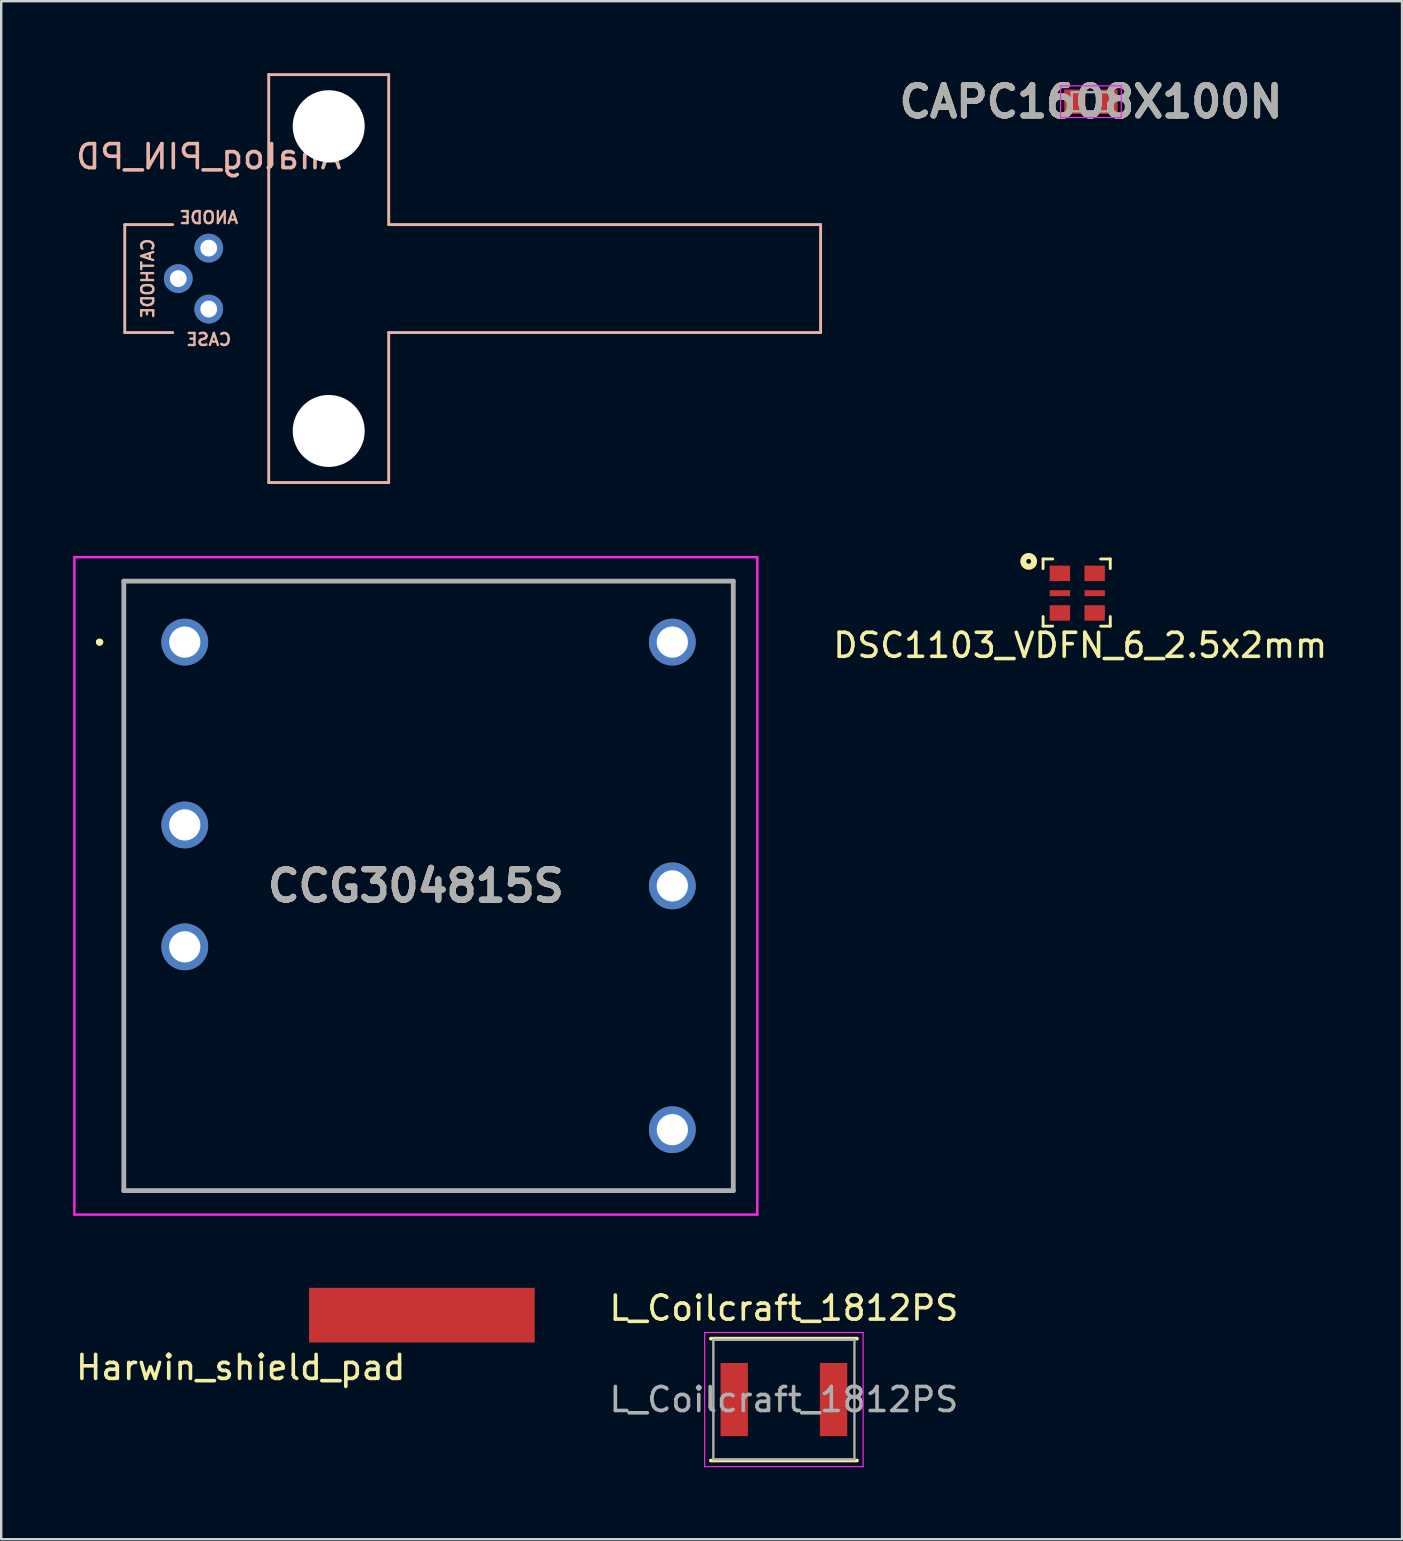
<source format=kicad_pcb>
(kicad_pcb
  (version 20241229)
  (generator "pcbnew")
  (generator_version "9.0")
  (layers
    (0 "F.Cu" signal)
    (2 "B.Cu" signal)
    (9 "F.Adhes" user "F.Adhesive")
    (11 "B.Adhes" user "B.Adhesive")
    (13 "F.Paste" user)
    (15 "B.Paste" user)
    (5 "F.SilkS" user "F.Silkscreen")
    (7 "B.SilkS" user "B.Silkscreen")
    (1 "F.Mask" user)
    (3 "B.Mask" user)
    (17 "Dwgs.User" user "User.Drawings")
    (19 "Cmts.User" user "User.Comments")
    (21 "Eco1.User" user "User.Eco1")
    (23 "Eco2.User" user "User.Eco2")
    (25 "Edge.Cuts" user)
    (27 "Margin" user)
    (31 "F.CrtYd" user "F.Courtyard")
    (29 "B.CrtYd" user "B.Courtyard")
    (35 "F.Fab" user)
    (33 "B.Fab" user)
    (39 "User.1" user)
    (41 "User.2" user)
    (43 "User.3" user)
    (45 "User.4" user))
  (footprint "L_Coilcraft_1812PS"
    (layer "F.Cu")
    (at 29.619 55.278)
    (property "Reference" "L_Coilcraft_1812PS" (at 0 -3.81 0) (layer "F.SilkS") (effects (font (size 1 1) (thickness 0.15))))
    (attr smd)
    (fp_line (start 3.048 -2.54) (end -3.048 -2.54) (stroke (width 0.15) (type solid)) (layer "F.SilkS"))
    (fp_line (start 3.048 2.54) (end -3.048 2.54) (stroke (width 0.15) (type solid)) (layer "F.SilkS"))
    (fp_line (start -3.302 -2.794) (end -3.302 2.794) (stroke (width 0.05) (type solid)) (layer "F.CrtYd"))
    (fp_line (start -3.302 2.794) (end 3.302 2.794) (stroke (width 0.05) (type solid)) (layer "F.CrtYd"))
    (fp_line (start 3.302 -2.794) (end -3.302 -2.794) (stroke (width 0.05) (type solid)) (layer "F.CrtYd"))
    (fp_line (start 3.302 2.794) (end 3.302 -2.794) (stroke (width 0.05) (type solid)) (layer "F.CrtYd"))
    (fp_line (start -2.94 -2.49) (end -2.94 2.49) (stroke (width 0.1) (type solid)) (layer "F.Fab"))
    (fp_line (start -2.94 -2.49) (end 2.94 -2.49) (stroke (width 0.1) (type solid)) (layer "F.Fab"))
    (fp_line (start -2.94 2.49) (end 2.94 2.49) (stroke (width 0.1) (type solid)) (layer "F.Fab"))
    (fp_line (start 2.94 -2.49) (end 2.94 2.49) (stroke (width 0.1) (type solid)) (layer "F.Fab"))
    (fp_text user "${REFERENCE}" (at 0 0 0) (layer "F.Fab") (effects (font (size 1 1) (thickness 0.15))))
    (pad "1" smd rect (at 2.07 0) (size 1.14 3.05) (layers "F.Cu" "F.Mask" "F.Paste"))
    (pad "2" smd rect (at -2.07 0) (size 1.14 3.05) (layers "F.Cu" "F.Mask" "F.Paste")))
  (footprint "Analog_PIN_PD"
    (layer "F.Cu")
    (at 5.649 8.56)
    (property "Reference" "Analog_PIN_PD" (at 0 -5.08 0) (unlocked yes) (layer "B.SilkS") (effects (font (size 1 1) (thickness 0.15)) (justify mirror)))
    (fp_line (start -3.5 -2.25) (end -3.5 2.25) (stroke (width 0.12) (type solid)) (layer "B.SilkS"))
    (fp_line (start -3.5 -2.25) (end -1.5 -2.25) (stroke (width 0.12) (type solid)) (layer "B.SilkS"))
    (fp_line (start -3.5 2.25) (end -1.5 2.25) (stroke (width 0.12) (type solid)) (layer "B.SilkS"))
    (fp_line (start 2.5 -8.5) (end 2.5 8.5) (stroke (width 0.12) (type solid)) (layer "B.SilkS"))
    (fp_line (start 2.5 -8.5) (end 7.5 -8.5) (stroke (width 0.12) (type solid)) (layer "B.SilkS"))
    (fp_line (start 2.5 8.5) (end 7.5 8.5) (stroke (width 0.12) (type solid)) (layer "B.SilkS"))
    (fp_line (start 7.5 -2.25) (end 7.5 -8.5) (stroke (width 0.12) (type solid)) (layer "B.SilkS"))
    (fp_line (start 7.5 -2.25) (end 25.5 -2.25) (stroke (width 0.12) (type solid)) (layer "B.SilkS"))
    (fp_line (start 7.5 2.25) (end 25.5 2.25) (stroke (width 0.12) (type solid)) (layer "B.SilkS"))
    (fp_line (start 7.5 8.5) (end 7.5 2.25) (stroke (width 0.12) (type solid)) (layer "B.SilkS"))
    (fp_line (start 25.5 -2.25) (end 25.5 2.25) (stroke (width 0.12) (type solid)) (layer "B.SilkS"))
    (fp_text user "CATHODE" (at -2.54 0 90) (unlocked yes) (layer "B.SilkS") (effects (font (size 0.5 0.5) (thickness 0.1)) (justify mirror)))
    (fp_text user "CASE" (at 0 2.54 0) (unlocked yes) (layer "B.SilkS") (effects (font (size 0.5 0.5) (thickness 0.1)) (justify mirror)))
    (fp_text user "ANODE" (at 0 -2.54 0) (unlocked yes) (layer "B.SilkS") (effects (font (size 0.5 0.5) (thickness 0.1)) (justify mirror)))
    (pad "" np_thru_hole circle (at 5 -6.35) (size 3 3) (drill 3) (layers "*.Cu" "*.Mask"))
    (pad "" np_thru_hole circle (at 5 6.35) (size 3 3) (drill 3) (layers "*.Cu" "*.Mask"))
    (pad "1" thru_hole circle (at 0 1.27) (size 1.2 1.2) (drill 0.7) (layers "*.Cu" "*.Mask"))
    (pad "2" thru_hole circle (at -1.27 0) (size 1.2 1.2) (drill 0.7) (layers "*.Cu" "*.Mask"))
    (pad "3" thru_hole circle (at 0 -1.27) (size 1.2 1.2) (drill 0.7) (layers "*.Cu" "*.Mask")))
  (footprint "DSC1103_VDFN_6_2.5x2mm"
    (layer "F.Cu")
    (at 41.121 20.845)
    (property "Reference" "DSC1103_VDFN_6_2.5x2mm" (at 0.85 3 0) (layer "F.SilkS") (effects (font (size 1 1) (thickness 0.15))))
    (attr through_hole)
    (fp_line (start -0.7 -0.6) (end -0.7 -0.2) (stroke (width 0.12) (type solid)) (layer "F.SilkS"))
    (fp_line (start -0.7 1.8) (end -0.7 2.2) (stroke (width 0.12) (type solid)) (layer "F.SilkS"))
    (fp_line (start -0.7 2.2) (end -0.3 2.2) (stroke (width 0.12) (type solid)) (layer "F.SilkS"))
    (fp_line (start -0.3 -0.6) (end -0.7 -0.6) (stroke (width 0.12) (type solid)) (layer "F.SilkS"))
    (fp_line (start 1.7 -0.6) (end 2.1 -0.6) (stroke (width 0.12) (type solid)) (layer "F.SilkS"))
    (fp_line (start 2.1 -0.6) (end 2.1 -0.2) (stroke (width 0.12) (type solid)) (layer "F.SilkS"))
    (fp_line (start 2.1 1.8) (end 2.1 2.2) (stroke (width 0.12) (type solid)) (layer "F.SilkS"))
    (fp_line (start 2.1 2.2) (end 1.7 2.2) (stroke (width 0.12) (type solid)) (layer "F.SilkS"))
    (fp_circle (center -1.3 -0.5) (end -1.2 -0.5) (stroke (width 0.25) (type solid)) (fill no) (layer "F.SilkS"))
    (pad "1" smd rect (at 0 0) (size 0.85 0.645) (layers "F.Cu" "F.Mask" "F.Paste"))
    (pad "2" smd rect (at 0 0.825) (size 0.85 0.25) (layers "F.Cu" "F.Mask" "F.Paste"))
    (pad "3" smd rect (at 0 1.65) (size 0.85 0.645) (layers "F.Cu" "F.Mask" "F.Paste"))
    (pad "4" smd rect (at 1.45 1.65) (size 0.85 0.645) (layers "F.Cu" "F.Mask" "F.Paste"))
    (pad "5" smd rect (at 1.45 0.825) (size 0.85 0.25) (layers "F.Cu" "F.Mask" "F.Paste"))
    (pad "6" smd rect (at 1.45 0) (size 0.85 0.645) (layers "F.Cu" "F.Mask" "F.Paste")))
  (footprint "CAPC1608X100N"
    (layer "F.Cu")
    (at 42.415 1.189)
    (property "Reference" "CAPC1608X100N" (at 0 0 0) (layer "F.SilkS") (effects (font (size 1.27 1.27) (thickness 0.254))))
    (attr smd)
    (fp_line (start -1.265 -0.66) (end 1.265 -0.66) (stroke (width 0.05) (type solid)) (layer "F.CrtYd"))
    (fp_line (start -1.265 0.66) (end -1.265 -0.66) (stroke (width 0.05) (type solid)) (layer "F.CrtYd"))
    (fp_line (start 1.265 -0.66) (end 1.265 0.66) (stroke (width 0.05) (type solid)) (layer "F.CrtYd"))
    (fp_line (start 1.265 0.66) (end -1.265 0.66) (stroke (width 0.05) (type solid)) (layer "F.CrtYd"))
    (fp_line (start -0.8 -0.4) (end 0.8 -0.4) (stroke (width 0.1) (type solid)) (layer "F.Fab"))
    (fp_line (start -0.8 0.4) (end -0.8 -0.4) (stroke (width 0.1) (type solid)) (layer "F.Fab"))
    (fp_line (start 0.8 -0.4) (end 0.8 0.4) (stroke (width 0.1) (type solid)) (layer "F.Fab"))
    (fp_line (start 0.8 0.4) (end -0.8 0.4) (stroke (width 0.1) (type solid)) (layer "F.Fab"))
    (fp_text user "${REFERENCE}" (at 0 0 0) (layer "F.Fab") (effects (font (size 1.27 1.27) (thickness 0.254))))
    (pad "1" smd rect (at -0.67 0) (size 0.89 1.02) (layers "F.Cu" "F.Mask" "F.Paste"))
    (pad "2" smd rect (at 0.67 0) (size 0.89 1.02) (layers "F.Cu" "F.Mask" "F.Paste")))
  (footprint "Harwin_shield_pad"
    (layer "F.Cu")
    (at 14.532 51.76)
    (property "Reference" "Harwin_shield_pad" (at -7.55 2.18 0) (layer "F.SilkS") (effects (font (size 1 1) (thickness 0.15))))
    (attr through_hole)
    (pad "1" smd rect (at 0 0) (size 9.4 2.28) (layers "F.Cu" "F.Mask" "F.Paste")))
  (footprint "CCG304815S"
    (layer "F.Cu")
    (at 4.65 23.71)
    (property "Reference" "CCG304815S" (at 9.63 10.16 0) (layer "F.SilkS") (effects (font (size 1.27 1.27) (thickness 0.254))))
    (attr through_hole)
    (fp_line (start -3.6 0) (end -3.6 0) (stroke (width 0.2) (type solid)) (layer "F.SilkS"))
    (fp_line (start -3.6 0) (end -3.6 0) (stroke (width 0.2) (type solid)) (layer "F.SilkS"))
    (fp_line (start -3.5 0) (end -3.5 0) (stroke (width 0.2) (type solid)) (layer "F.SilkS"))
    (fp_line (start -2.54 -2.54) (end 22.86 -2.54) (stroke (width 0.1) (type solid)) (layer "F.SilkS"))
    (fp_line (start -2.54 22.86) (end -2.54 -2.54) (stroke (width 0.1) (type solid)) (layer "F.SilkS"))
    (fp_line (start 22.86 -2.54) (end 22.86 22.86) (stroke (width 0.1) (type solid)) (layer "F.SilkS"))
    (fp_line (start 22.86 22.86) (end -2.54 22.86) (stroke (width 0.1) (type solid)) (layer "F.SilkS"))
    (fp_arc (start -3.6 0) (mid -3.55 -0.05) (end -3.5 0) (stroke (width 0.2) (type solid)) (layer "F.SilkS"))
    (fp_arc (start -3.5 0) (mid -3.55 0.05) (end -3.6 0) (stroke (width 0.2) (type solid)) (layer "F.SilkS"))
    (fp_arc (start -3.5 0) (mid -3.55 0.05) (end -3.6 0) (stroke (width 0.2) (type solid)) (layer "F.SilkS"))
    (fp_line (start -4.6 -3.54) (end 23.86 -3.54) (stroke (width 0.1) (type solid)) (layer "F.CrtYd"))
    (fp_line (start -4.6 23.86) (end -4.6 -3.54) (stroke (width 0.1) (type solid)) (layer "F.CrtYd"))
    (fp_line (start 23.86 -3.54) (end 23.86 23.86) (stroke (width 0.1) (type solid)) (layer "F.CrtYd"))
    (fp_line (start 23.86 23.86) (end -4.6 23.86) (stroke (width 0.1) (type solid)) (layer "F.CrtYd"))
    (fp_line (start -2.54 -2.54) (end -2.54 22.86) (stroke (width 0.2) (type solid)) (layer "F.Fab"))
    (fp_line (start -2.54 22.86) (end 22.86 22.86) (stroke (width 0.2) (type solid)) (layer "F.Fab"))
    (fp_line (start 22.86 -2.54) (end -2.54 -2.54) (stroke (width 0.2) (type solid)) (layer "F.Fab"))
    (fp_line (start 22.86 22.86) (end 22.86 -2.54) (stroke (width 0.2) (type solid)) (layer "F.Fab"))
    (fp_text user "${REFERENCE}" (at 9.63 10.16 0) (layer "F.Fab") (effects (font (size 1.27 1.27) (thickness 0.254))))
    (pad "1" thru_hole circle (at 0 0) (size 1.95 1.95) (drill 1.3) (layers "*.Cu" "*.Mask"))
    (pad "2" thru_hole circle (at 0 7.62) (size 1.95 1.95) (drill 1.3) (layers "*.Cu" "*.Mask"))
    (pad "3" thru_hole circle (at 0 12.7) (size 1.95 1.95) (drill 1.3) (layers "*.Cu" "*.Mask"))
    (pad "4" thru_hole circle (at 20.32 20.32) (size 1.95 1.95) (drill 1.3) (layers "*.Cu" "*.Mask"))
    (pad "5" thru_hole circle (at 20.32 10.16) (size 1.95 1.95) (drill 1.3) (layers "*.Cu" "*.Mask"))
    (pad "6" thru_hole circle (at 20.32 0) (size 1.95 1.95) (drill 1.3) (layers "*.Cu" "*.Mask")))
  (gr_rect
    (start -3 -3)
    (end 55.381 61.097)
    (stroke (width 0.1) (type default))
    (fill no)
    (layer "Edge.Cuts")))
</source>
